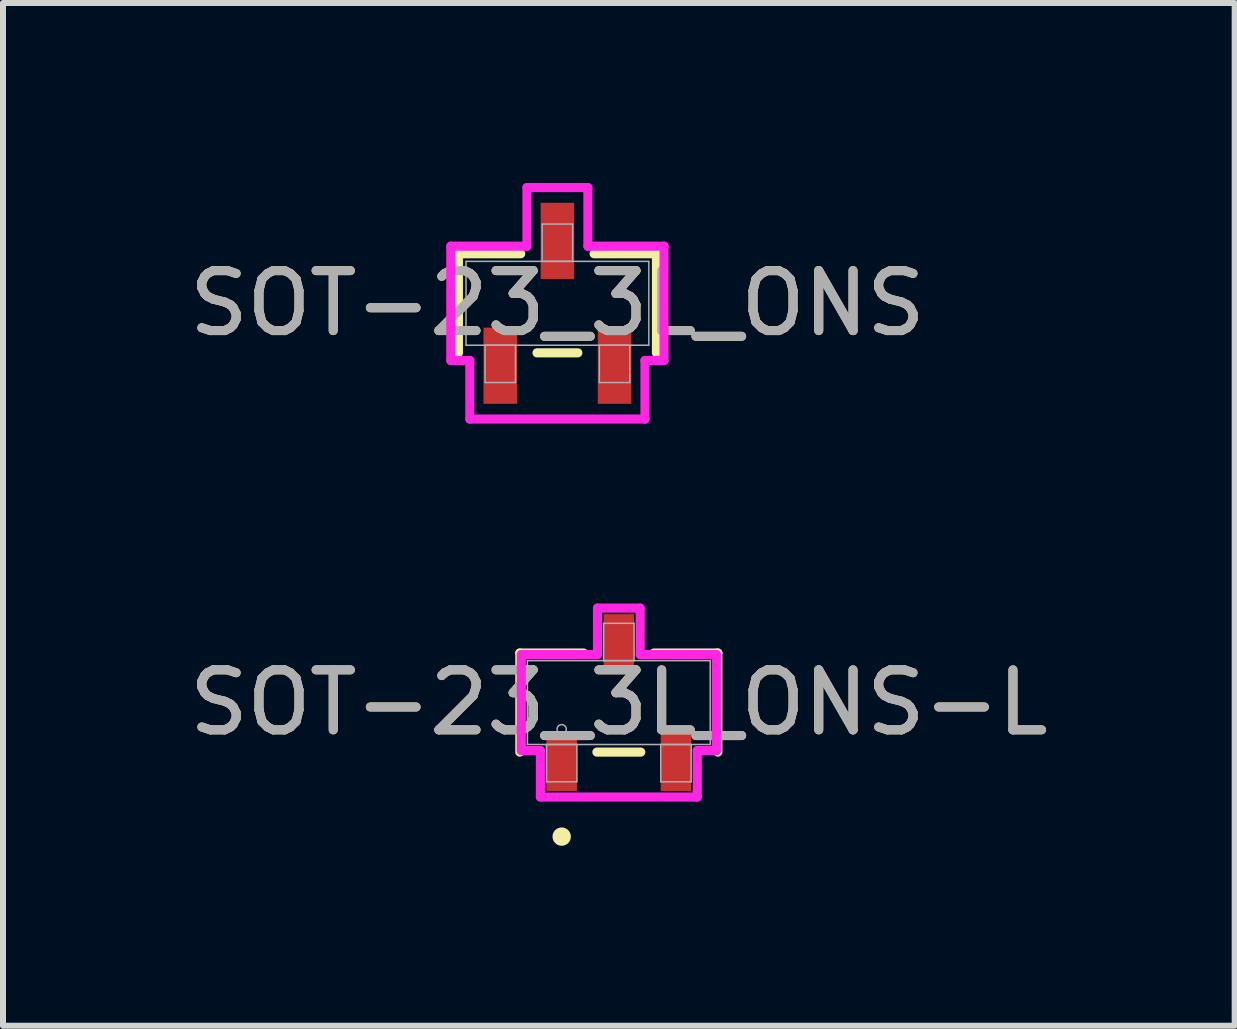
<source format=kicad_pcb>
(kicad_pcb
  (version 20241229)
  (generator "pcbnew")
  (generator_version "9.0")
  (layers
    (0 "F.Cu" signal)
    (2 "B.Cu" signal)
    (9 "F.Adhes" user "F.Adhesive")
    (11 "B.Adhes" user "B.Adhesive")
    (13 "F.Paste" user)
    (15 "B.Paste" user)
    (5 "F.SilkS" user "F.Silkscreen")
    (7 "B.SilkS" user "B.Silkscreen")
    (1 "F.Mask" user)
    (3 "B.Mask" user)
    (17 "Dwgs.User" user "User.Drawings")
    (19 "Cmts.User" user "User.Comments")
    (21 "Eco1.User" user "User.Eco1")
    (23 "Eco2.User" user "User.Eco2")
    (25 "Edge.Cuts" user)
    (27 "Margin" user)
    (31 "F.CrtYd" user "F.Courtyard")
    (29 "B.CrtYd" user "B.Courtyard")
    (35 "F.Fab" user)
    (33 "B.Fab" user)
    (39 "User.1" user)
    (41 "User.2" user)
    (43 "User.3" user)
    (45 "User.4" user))
  (footprint "SOT-23_3L_ONS"
    (layer "F.Cu")
    (at 6.244 2.007)
    (property "Reference" "SOT-23_3L_ONS" (at 0 0 0) (unlocked yes) (layer "F.SilkS") (effects (font (size 1 1) (thickness 0.15))))
    (attr smd)
    (fp_line (start -1.651 -0.826) (end -1.651 0.826) (stroke (width 0.152) (type solid)) (layer "F.SilkS"))
    (fp_line (start -0.612 -0.826) (end -1.651 -0.826) (stroke (width 0.152) (type solid)) (layer "F.SilkS"))
    (fp_line (start -0.34 0.826) (end 0.34 0.826) (stroke (width 0.152) (type solid)) (layer "F.SilkS"))
    (fp_line (start 1.651 -0.826) (end 0.612 -0.826) (stroke (width 0.152) (type solid)) (layer "F.SilkS"))
    (fp_line (start 1.651 0.826) (end 1.651 -0.826) (stroke (width 0.152) (type solid)) (layer "F.SilkS"))
    (fp_line (start -1.778 -0.953) (end -0.508 -0.953) (stroke (width 0.152) (type solid)) (layer "F.CrtYd"))
    (fp_line (start -1.778 0.953) (end -1.778 -0.953) (stroke (width 0.152) (type solid)) (layer "F.CrtYd"))
    (fp_line (start -1.778 0.953) (end -1.46 0.953) (stroke (width 0.152) (type solid)) (layer "F.CrtYd"))
    (fp_line (start -1.46 0.953) (end -1.46 1.93) (stroke (width 0.152) (type solid)) (layer "F.CrtYd"))
    (fp_line (start -1.46 1.93) (end 1.46 1.93) (stroke (width 0.152) (type solid)) (layer "F.CrtYd"))
    (fp_line (start -0.508 -1.93) (end 0.508 -1.93) (stroke (width 0.152) (type solid)) (layer "F.CrtYd"))
    (fp_line (start -0.508 -0.953) (end -0.508 -1.93) (stroke (width 0.152) (type solid)) (layer "F.CrtYd"))
    (fp_line (start 0.508 -0.953) (end 0.508 -1.93) (stroke (width 0.152) (type solid)) (layer "F.CrtYd"))
    (fp_line (start 1.46 0.953) (end 1.46 1.93) (stroke (width 0.152) (type solid)) (layer "F.CrtYd"))
    (fp_line (start 1.778 -0.953) (end 0.508 -0.953) (stroke (width 0.152) (type solid)) (layer "F.CrtYd"))
    (fp_line (start 1.778 -0.953) (end 1.778 0.953) (stroke (width 0.152) (type solid)) (layer "F.CrtYd"))
    (fp_line (start 1.778 0.953) (end 1.46 0.953) (stroke (width 0.152) (type solid)) (layer "F.CrtYd"))
    (fp_line (start -1.524 -0.699) (end -1.524 0.699) (stroke (width 0.025) (type solid)) (layer "F.Fab"))
    (fp_line (start -1.524 0.699) (end 1.524 0.699) (stroke (width 0.025) (type solid)) (layer "F.Fab"))
    (fp_line (start -1.206 0.699) (end -1.206 1.321) (stroke (width 0.025) (type solid)) (layer "F.Fab"))
    (fp_line (start -1.206 1.321) (end -0.699 1.321) (stroke (width 0.025) (type solid)) (layer "F.Fab"))
    (fp_line (start -0.699 0.699) (end -1.206 0.699) (stroke (width 0.025) (type solid)) (layer "F.Fab"))
    (fp_line (start -0.699 1.321) (end -0.699 0.699) (stroke (width 0.025) (type solid)) (layer "F.Fab"))
    (fp_line (start -0.254 -1.321) (end -0.254 -0.699) (stroke (width 0.025) (type solid)) (layer "F.Fab"))
    (fp_line (start -0.254 -0.699) (end 0.254 -0.699) (stroke (width 0.025) (type solid)) (layer "F.Fab"))
    (fp_line (start 0.254 -1.321) (end -0.254 -1.321) (stroke (width 0.025) (type solid)) (layer "F.Fab"))
    (fp_line (start 0.254 -0.699) (end 0.254 -1.321) (stroke (width 0.025) (type solid)) (layer "F.Fab"))
    (fp_line (start 0.699 0.699) (end 0.699 1.321) (stroke (width 0.025) (type solid)) (layer "F.Fab"))
    (fp_line (start 0.699 1.321) (end 1.206 1.321) (stroke (width 0.025) (type solid)) (layer "F.Fab"))
    (fp_line (start 1.206 0.699) (end 0.699 0.699) (stroke (width 0.025) (type solid)) (layer "F.Fab"))
    (fp_line (start 1.206 1.321) (end 1.206 0.699) (stroke (width 0.025) (type solid)) (layer "F.Fab"))
    (fp_line (start 1.524 -0.699) (end -1.524 -0.699) (stroke (width 0.025) (type solid)) (layer "F.Fab"))
    (fp_line (start 1.524 0.699) (end 1.524 -0.699) (stroke (width 0.025) (type solid)) (layer "F.Fab"))
    (fp_circle (center -0.953 0.445) (end -0.953 0.445) (stroke (width 0.025) (type solid)) (fill no) (layer "F.Fab"))
    (fp_text user "${REFERENCE}" (at 0 0 0) (unlocked yes) (layer "F.Fab") (effects (font (size 1 1) (thickness 0.15))))
    (pad "1" smd rect (at -0.953 1.041) (size 0.559 1.27) (layers "F.Cu" "F.Mask" "F.Paste"))
    (pad "2" smd rect (at 0.953 1.041) (size 0.559 1.27) (layers "F.Cu" "F.Mask" "F.Paste"))
    (pad "3" smd rect (at 0 -1.041) (size 0.559 1.27) (layers "F.Cu" "F.Mask" "F.Paste")))
  (footprint "SOT-23_3L_ONS-L"
    (layer "F.Cu")
    (at 7.268 8.664)
    (property "Reference" "SOT-23_3L_ONS-L" (at 0 0 0) (unlocked yes) (layer "F.SilkS") (effects (font (size 1 1) (thickness 0.15))))
    (attr smd)
    (fp_line (start -1.651 -0.826) (end -1.651 0.826) (stroke (width 0.152) (type solid)) (layer "F.SilkS"))
    (fp_line (start -0.587 -0.826) (end -1.651 -0.826) (stroke (width 0.152) (type solid)) (layer "F.SilkS"))
    (fp_line (start -0.366 0.826) (end 0.366 0.826) (stroke (width 0.152) (type solid)) (layer "F.SilkS"))
    (fp_line (start 1.651 -0.826) (end 0.587 -0.826) (stroke (width 0.152) (type solid)) (layer "F.SilkS"))
    (fp_line (start 1.651 0.826) (end 1.651 -0.826) (stroke (width 0.152) (type solid)) (layer "F.SilkS"))
    (fp_circle (center -0.953 2.235) (end -0.876 2.235) (stroke (width 0.152) (type solid)) (fill no) (layer "F.SilkS"))
    (fp_line (start -1.626 -0.8) (end -0.356 -0.8) (stroke (width 0.152) (type solid)) (layer "F.CrtYd"))
    (fp_line (start -1.626 0.8) (end -1.626 -0.8) (stroke (width 0.152) (type solid)) (layer "F.CrtYd"))
    (fp_line (start -1.626 0.8) (end -1.308 0.8) (stroke (width 0.152) (type solid)) (layer "F.CrtYd"))
    (fp_line (start -1.308 0.8) (end -1.308 1.575) (stroke (width 0.152) (type solid)) (layer "F.CrtYd"))
    (fp_line (start -1.308 1.575) (end 1.308 1.575) (stroke (width 0.152) (type solid)) (layer "F.CrtYd"))
    (fp_line (start -0.356 -1.575) (end 0.356 -1.575) (stroke (width 0.152) (type solid)) (layer "F.CrtYd"))
    (fp_line (start -0.356 -0.8) (end -0.356 -1.575) (stroke (width 0.152) (type solid)) (layer "F.CrtYd"))
    (fp_line (start 0.356 -0.8) (end 0.356 -1.575) (stroke (width 0.152) (type solid)) (layer "F.CrtYd"))
    (fp_line (start 1.308 0.8) (end 1.308 1.575) (stroke (width 0.152) (type solid)) (layer "F.CrtYd"))
    (fp_line (start 1.626 -0.8) (end 0.356 -0.8) (stroke (width 0.152) (type solid)) (layer "F.CrtYd"))
    (fp_line (start 1.626 -0.8) (end 1.626 0.8) (stroke (width 0.152) (type solid)) (layer "F.CrtYd"))
    (fp_line (start 1.626 0.8) (end 1.308 0.8) (stroke (width 0.152) (type solid)) (layer "F.CrtYd"))
    (fp_line (start -1.524 -0.699) (end -1.524 0.699) (stroke (width 0.025) (type solid)) (layer "F.Fab"))
    (fp_line (start -1.524 0.699) (end 1.524 0.699) (stroke (width 0.025) (type solid)) (layer "F.Fab"))
    (fp_line (start -1.206 0.699) (end -1.206 1.321) (stroke (width 0.025) (type solid)) (layer "F.Fab"))
    (fp_line (start -1.206 1.321) (end -0.699 1.321) (stroke (width 0.025) (type solid)) (layer "F.Fab"))
    (fp_line (start -0.699 0.699) (end -1.206 0.699) (stroke (width 0.025) (type solid)) (layer "F.Fab"))
    (fp_line (start -0.699 1.321) (end -0.699 0.699) (stroke (width 0.025) (type solid)) (layer "F.Fab"))
    (fp_line (start -0.254 -1.321) (end -0.254 -0.699) (stroke (width 0.025) (type solid)) (layer "F.Fab"))
    (fp_line (start -0.254 -0.699) (end 0.254 -0.699) (stroke (width 0.025) (type solid)) (layer "F.Fab"))
    (fp_line (start 0.254 -1.321) (end -0.254 -1.321) (stroke (width 0.025) (type solid)) (layer "F.Fab"))
    (fp_line (start 0.254 -0.699) (end 0.254 -1.321) (stroke (width 0.025) (type solid)) (layer "F.Fab"))
    (fp_line (start 0.699 0.699) (end 0.699 1.321) (stroke (width 0.025) (type solid)) (layer "F.Fab"))
    (fp_line (start 0.699 1.321) (end 1.206 1.321) (stroke (width 0.025) (type solid)) (layer "F.Fab"))
    (fp_line (start 1.206 0.699) (end 0.699 0.699) (stroke (width 0.025) (type solid)) (layer "F.Fab"))
    (fp_line (start 1.206 1.321) (end 1.206 0.699) (stroke (width 0.025) (type solid)) (layer "F.Fab"))
    (fp_line (start 1.524 -0.699) (end -1.524 -0.699) (stroke (width 0.025) (type solid)) (layer "F.Fab"))
    (fp_line (start 1.524 0.699) (end 1.524 -0.699) (stroke (width 0.025) (type solid)) (layer "F.Fab"))
    (fp_circle (center -0.953 0.445) (end -0.876 0.445) (stroke (width 0.025) (type solid)) (fill no) (layer "F.Fab"))
    (fp_text user "${REFERENCE}" (at 0 0 0) (unlocked yes) (layer "F.Fab") (effects (font (size 1 1) (thickness 0.15))))
    (pad "1" smd rect (at -0.953 0.991) (size 0.508 0.965) (layers "F.Cu" "F.Mask" "F.Paste"))
    (pad "2" smd rect (at 0.953 0.991) (size 0.508 0.965) (layers "F.Cu" "F.Mask" "F.Paste"))
    (pad "3" smd rect (at 0 -0.991) (size 0.508 0.965) (layers "F.Cu" "F.Mask" "F.Paste")))
  (gr_rect
    (start -3 -3)
    (end 17.536 14.052)
    (stroke (width 0.1) (type default))
    (fill no)
    (layer "Edge.Cuts")))
</source>
